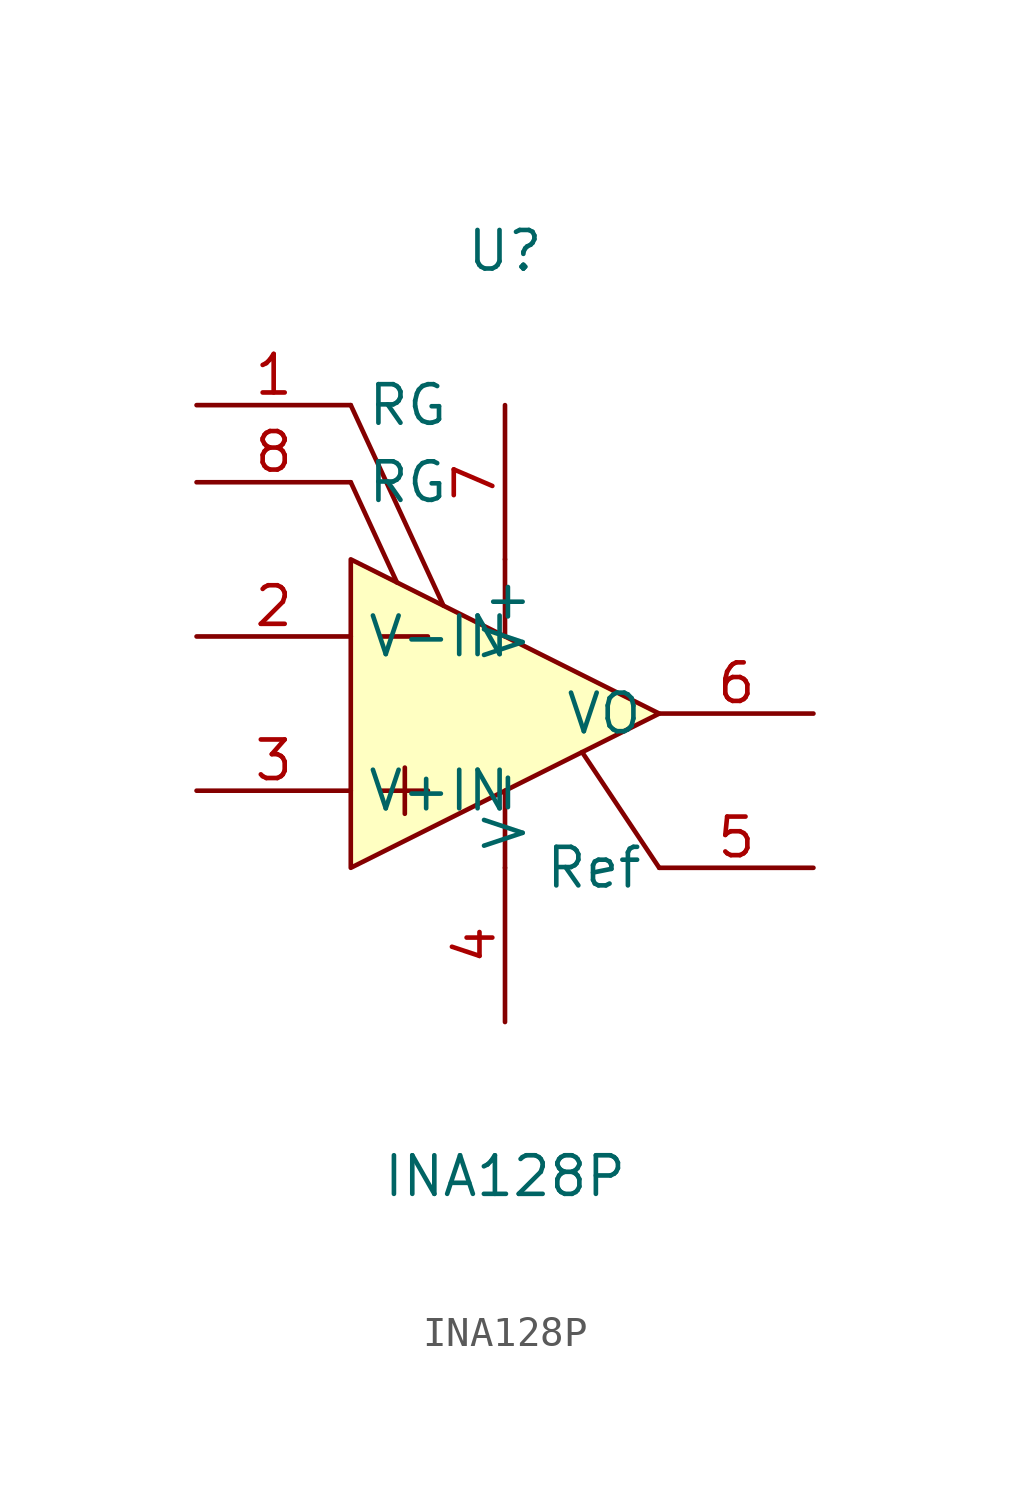
<source format=kicad_sym>
(kicad_symbol_lib
  (version 20211014)
  (generator https://github.com/uPesy/easyeda2kicad.py)
  (symbol "INA128P"
    (property "Reference" "U"
      (at 0 15.24 0)
      (effects (font (size 1.27 1.27))))
    (property "Value" "INA128P"
      (at 0 -15.24 0)
      (effects (font (size 1.27 1.27))))
    (symbol "INA128P_0_1"
      (polyline (pts (xy -5.08 -5.08) (xy 5.08 -0.00) (xy -5.08 5.08) (xy -5.08 -5.08)) (stroke (width 0) (type default) (color 0 0 0 0)) (fill (type background)))
      (polyline (pts (xy -4.06 2.54) (xy -2.54 2.54)) (stroke (width 0) (type default) (color 0 0 0 0)) (fill (type none)))
      (polyline (pts (xy -4.06 -2.54) (xy -2.54 -2.54)) (stroke (width 0) (type default) (color 0 0 0 0)) (fill (type none)))
      (polyline (pts (xy -3.30 -1.78) (xy -3.30 -3.30)) (stroke (width 0) (type default) (color 0 0 0 0)) (fill (type none)))
      (polyline (pts (xy 0.00 5.08) (xy 0.00 2.54)) (stroke (width 0) (type default) (color 0 0 0 0)) (fill (type none)))
      (polyline (pts (xy 0.00 -2.54) (xy 0.00 -5.08)) (stroke (width 0) (type default) (color 0 0 0 0)) (fill (type none)))
      (polyline (pts (xy 2.54 -1.27) (xy 5.08 -5.08)) (stroke (width 0) (type default) (color 0 0 0 0)) (fill (type none)))
      (polyline (pts (xy -3.56 4.32) (xy -5.08 7.62)) (stroke (width 0) (type default) (color 0 0 0 0)) (fill (type none)))
      (polyline (pts (xy -2.03 3.56) (xy -5.08 10.16)) (stroke (width 0) (type default) (color 0 0 0 0)) (fill (type none)))
      (pin unspecified line (at -10.16 10.16 0) (length 5.08) (name "RG" (effects (font (size 1.27 1.27)))) (number "1" (effects (font (size 1.27 1.27)))))
      (pin unspecified line (at -10.16 2.54 0) (length 5.08) (name "V-IN" (effects (font (size 1.27 1.27)))) (number "2" (effects (font (size 1.27 1.27)))))
      (pin unspecified line (at -10.16 -2.54 0) (length 5.08) (name "V+IN" (effects (font (size 1.27 1.27)))) (number "3" (effects (font (size 1.27 1.27)))))
      (pin power_in line (at 0.00 -10.16 90) (length 5.08) (name "V-" (effects (font (size 1.27 1.27)))) (number "4" (effects (font (size 1.27 1.27)))))
      (pin unspecified line (at 10.16 -5.08 180) (length 5.08) (name "Ref" (effects (font (size 1.27 1.27)))) (number "5" (effects (font (size 1.27 1.27)))))
      (pin output line (at 10.16 -0.00 180) (length 5.08) (name "VO" (effects (font (size 1.27 1.27)))) (number "6" (effects (font (size 1.27 1.27)))))
      (pin power_in line (at 0.00 10.16 270) (length 5.08) (name "V+" (effects (font (size 1.27 1.27)))) (number "7" (effects (font (size 1.27 1.27)))))
      (pin unspecified line (at -10.16 7.62 0) (length 5.08) (name "RG" (effects (font (size 1.27 1.27)))) (number "8" (effects (font (size 1.27 1.27))))))))
</source>
